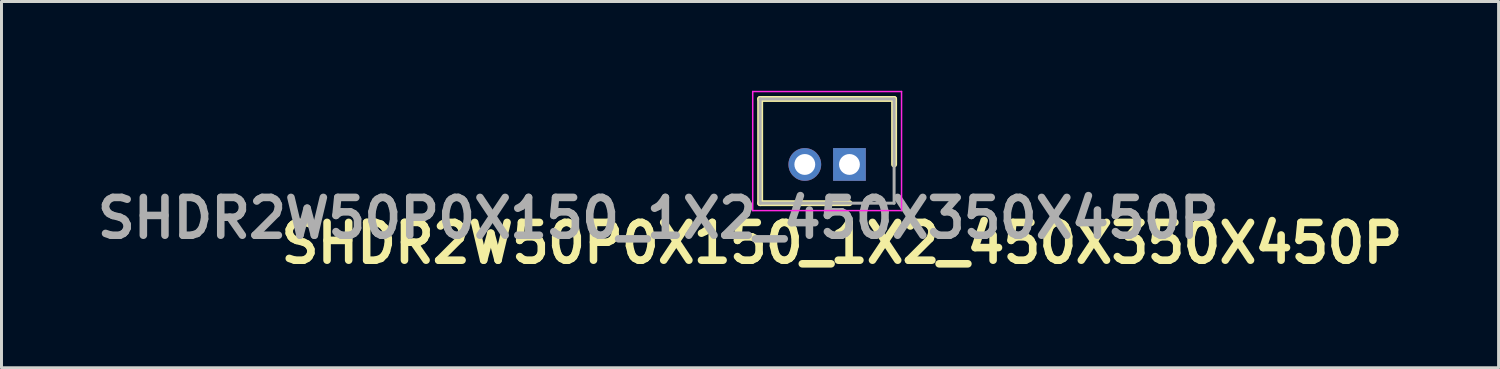
<source format=kicad_pcb>
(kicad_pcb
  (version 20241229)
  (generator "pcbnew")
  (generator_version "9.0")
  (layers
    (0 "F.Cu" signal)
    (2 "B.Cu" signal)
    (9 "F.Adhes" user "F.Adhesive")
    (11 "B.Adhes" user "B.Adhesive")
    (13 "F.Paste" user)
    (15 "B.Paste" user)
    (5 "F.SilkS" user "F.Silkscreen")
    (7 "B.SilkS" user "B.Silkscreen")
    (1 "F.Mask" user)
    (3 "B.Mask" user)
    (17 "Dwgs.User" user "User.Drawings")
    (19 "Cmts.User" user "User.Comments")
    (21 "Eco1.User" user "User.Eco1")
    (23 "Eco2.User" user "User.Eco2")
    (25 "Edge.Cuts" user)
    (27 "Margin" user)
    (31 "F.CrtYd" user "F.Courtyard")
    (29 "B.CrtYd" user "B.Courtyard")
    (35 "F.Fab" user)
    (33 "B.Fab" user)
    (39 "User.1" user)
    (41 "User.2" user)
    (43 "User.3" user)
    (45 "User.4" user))
  (footprint "SHDR2W50P0X150_1X2_450X350X450P"
    (layer "F.Cu")
    (at 25.488 2.475)
    (property "Reference" "SHDR2W50P0X150_1X2_450X350X450P" (at -0.254 2.642 0) (layer "F.SilkS") (effects (font (size 1.27 1.27) (thickness 0.254))))
    (attr through_hole)
    (fp_line (start -3 -2.2) (end 1.5 -2.2) (stroke (width 0.2) (type solid)) (layer "F.SilkS"))
    (fp_line (start -3 1.3) (end -3 -2.2) (stroke (width 0.2) (type solid)) (layer "F.SilkS"))
    (fp_line (start 0 1.3) (end -3 1.3) (stroke (width 0.2) (type solid)) (layer "F.SilkS"))
    (fp_line (start 1.5 -2.2) (end 1.5 0) (stroke (width 0.2) (type solid)) (layer "F.SilkS"))
    (fp_line (start -3.25 -2.45) (end 1.75 -2.45) (stroke (width 0.05) (type solid)) (layer "F.CrtYd"))
    (fp_line (start -3.25 1.55) (end -3.25 -2.45) (stroke (width 0.05) (type solid)) (layer "F.CrtYd"))
    (fp_line (start 1.75 -2.45) (end 1.75 1.55) (stroke (width 0.05) (type solid)) (layer "F.CrtYd"))
    (fp_line (start 1.75 1.55) (end -3.25 1.55) (stroke (width 0.05) (type solid)) (layer "F.CrtYd"))
    (fp_line (start -3 -2.2) (end 1.5 -2.2) (stroke (width 0.1) (type solid)) (layer "F.Fab"))
    (fp_line (start -3 1.3) (end -3 -2.2) (stroke (width 0.1) (type solid)) (layer "F.Fab"))
    (fp_line (start 1.5 -2.2) (end 1.5 1.3) (stroke (width 0.1) (type solid)) (layer "F.Fab"))
    (fp_line (start 1.5 1.3) (end -3 1.3) (stroke (width 0.1) (type solid)) (layer "F.Fab"))
    (fp_text user "${REFERENCE}" (at -6.426 1.803 0) (layer "F.Fab") (effects (font (size 1.27 1.27) (thickness 0.254))))
    (pad "1" thru_hole rect (at 0 0) (size 1.1 1.1) (drill 0.7) (layers "*.Cu" "*.Mask"))
    (pad "2" thru_hole circle (at -1.5 0) (size 1.1 1.1) (drill 0.7) (layers "*.Cu" "*.Mask")))
  (gr_rect
    (start -3 -3)
    (end 47.296 9.305)
    (stroke (width 0.1) (type default))
    (fill no)
    (layer "Edge.Cuts")))
</source>
